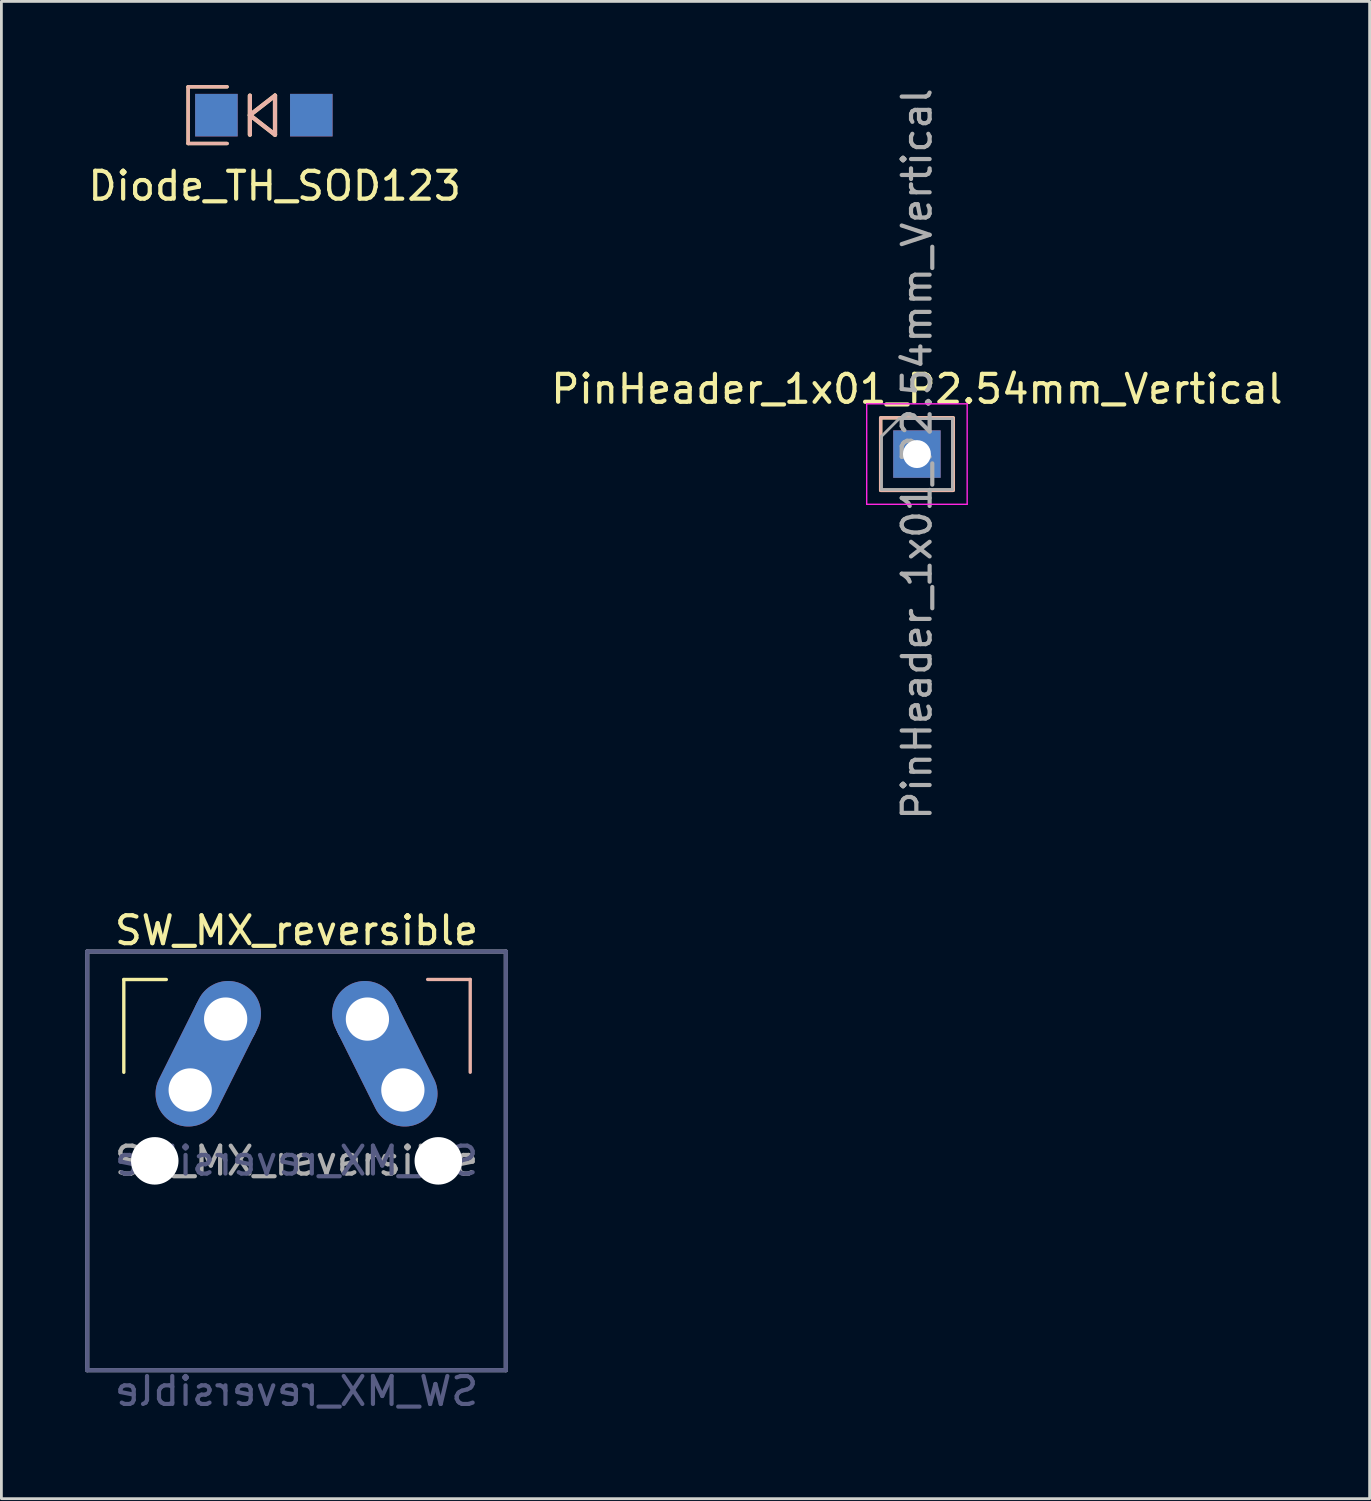
<source format=kicad_pcb>
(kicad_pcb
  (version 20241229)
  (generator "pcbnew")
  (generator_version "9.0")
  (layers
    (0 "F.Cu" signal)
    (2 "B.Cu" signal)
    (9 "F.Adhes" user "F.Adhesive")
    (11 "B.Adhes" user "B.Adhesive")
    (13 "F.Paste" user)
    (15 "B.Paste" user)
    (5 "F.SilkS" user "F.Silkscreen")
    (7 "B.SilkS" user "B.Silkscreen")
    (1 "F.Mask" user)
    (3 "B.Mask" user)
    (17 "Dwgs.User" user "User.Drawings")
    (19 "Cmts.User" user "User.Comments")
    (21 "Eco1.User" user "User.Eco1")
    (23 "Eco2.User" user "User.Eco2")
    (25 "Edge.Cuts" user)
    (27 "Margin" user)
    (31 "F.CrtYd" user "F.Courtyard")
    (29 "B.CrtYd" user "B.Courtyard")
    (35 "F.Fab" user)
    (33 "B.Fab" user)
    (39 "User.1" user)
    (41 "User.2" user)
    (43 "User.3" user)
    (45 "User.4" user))
  (footprint "SW_MX_reversible"
    (layer "F.Cu")
    (at 7.575 38.544)
    (property "Reference" "SW_MX_reversible" (at 0 -8.255 0) (layer "F.SilkS") (effects (font (size 1 1) (thickness 0.15))))
    (property "Value" "SW_MX_reversible" (at 0 8.255 0) (layer "F.Fab") (hide yes) (effects (font (size 1 1) (thickness 0.15))))
    (attr through_hole)
    (fp_line (start -6.189 -6.498) (end -6.189 -3.173) (stroke (width 0.12) (type solid)) (layer "F.SilkS"))
    (fp_line (start -6.189 -6.498) (end -4.665 -6.498) (stroke (width 0.12) (type solid)) (layer "F.SilkS"))
    (fp_line (start 6.223 -6.5) (end 4.698 -6.5) (stroke (width 0.12) (type solid)) (layer "B.SilkS"))
    (fp_line (start 6.223 -6.5) (end 6.223 -3.175) (stroke (width 0.12) (type solid)) (layer "B.SilkS"))
    (fp_line (start -6.9 6.9) (end -6.9 -6.9) (stroke (width 0.15) (type solid)) (layer "Eco2.User"))
    (fp_line (start -6.9 6.9) (end 6.9 6.9) (stroke (width 0.15) (type solid)) (layer "Eco2.User"))
    (fp_line (start 6.9 -6.9) (end -6.9 -6.9) (stroke (width 0.15) (type solid)) (layer "Eco2.User"))
    (fp_line (start 6.9 -6.9) (end 6.9 6.9) (stroke (width 0.15) (type solid)) (layer "Eco2.User"))
    (fp_line (start -7.5 -7.5) (end 7.5 -7.5) (stroke (width 0.15) (type solid)) (layer "B.Fab"))
    (fp_line (start -7.5 7.5) (end -7.5 -7.5) (stroke (width 0.15) (type solid)) (layer "B.Fab"))
    (fp_line (start 7.5 -7.5) (end 7.5 7.5) (stroke (width 0.15) (type solid)) (layer "B.Fab"))
    (fp_line (start 7.5 7.5) (end -7.5 7.5) (stroke (width 0.15) (type solid)) (layer "B.Fab"))
    (fp_line (start -7.5 -7.5) (end 7.5 -7.5) (stroke (width 0.15) (type solid)) (layer "F.Fab"))
    (fp_line (start -7.5 7.5) (end -7.5 -7.5) (stroke (width 0.15) (type solid)) (layer "F.Fab"))
    (fp_line (start 7.5 -7.5) (end 7.5 7.5) (stroke (width 0.15) (type solid)) (layer "F.Fab"))
    (fp_line (start 7.5 7.5) (end -7.5 7.5) (stroke (width 0.15) (type solid)) (layer "F.Fab"))
    (fp_text user "${VALUE}" (at 0 8.255 0) (layer "B.Fab") (effects (font (size 1 1) (thickness 0.15)) (justify mirror)))
    (fp_text user "${REFERENCE}" (at 0 0 0) (layer "B.Fab") (effects (font (size 1 1) (thickness 0.15)) (justify mirror)))
    (fp_text user "${REFERENCE}" (at 0 0 0) (layer "F.Fab") (effects (font (size 1 1) (thickness 0.15))))
    (pad "" np_thru_hole circle (at -5.08 0) (size 1.702 1.702) (drill 1.702) (layers "*.Cu" "*.Mask"))
    (pad "" np_thru_hole circle (at 5.08 0) (size 1.702 1.702) (drill 1.702) (layers "*.Cu" "*.Mask"))
    (pad "1" thru_hole oval (at -3.81 -2.54 333.5) (size 2.35 5.55) (drill 1.55 (offset 0 -1.45)) (layers "*.Cu" "*.Mask"))
    (pad "1" thru_hole circle (at -2.54 -5.08) (size 2.35 2.35) (drill 1.55) (layers "*.Cu" "*.Mask") (remove_unused_layers yes) (keep_end_layers yes) (zone_layer_connections))
    (pad "2" thru_hole circle (at 2.54 -5.08) (size 2.35 2.35) (drill 1.55) (layers "*.Cu" "*.Mask"))
    (pad "2" thru_hole oval (at 3.81 -2.54 26.5) (size 2.35 5.55) (drill 1.55 (offset 0 -1.45)) (layers "*.Cu" "*.Mask")))
  (footprint "PinHeader_1x01_P2.54mm_Vertical"
    (layer "F.Cu")
    (at 29.804 13.22)
    (property "Reference" "PinHeader_1x01_P2.54mm_Vertical" (at 0 -2.33 0) (layer "F.SilkS") (effects (font (size 1 1) (thickness 0.15))))
    (attr through_hole)
    (fp_rect (start -1.3 -1.3) (end 1.3 1.3) (stroke (width 0.12) (type solid)) (fill no) (layer "F.SilkS"))
    (fp_rect (start 1.3 -1.3) (end -1.3 1.3) (stroke (width 0.12) (type solid)) (fill no) (layer "B.SilkS"))
    (fp_line (start -1.8 -1.8) (end -1.8 1.8) (stroke (width 0.05) (type solid)) (layer "F.CrtYd"))
    (fp_line (start -1.8 1.8) (end 1.8 1.8) (stroke (width 0.05) (type solid)) (layer "F.CrtYd"))
    (fp_line (start 1.8 -1.8) (end -1.8 -1.8) (stroke (width 0.05) (type solid)) (layer "F.CrtYd"))
    (fp_line (start 1.8 1.8) (end 1.8 -1.8) (stroke (width 0.05) (type solid)) (layer "F.CrtYd"))
    (fp_line (start -1.27 -0.635) (end -0.635 -1.27) (stroke (width 0.1) (type solid)) (layer "F.Fab"))
    (fp_line (start -1.27 1.27) (end -1.27 -0.635) (stroke (width 0.1) (type solid)) (layer "F.Fab"))
    (fp_line (start -0.635 -1.27) (end 1.27 -1.27) (stroke (width 0.1) (type solid)) (layer "F.Fab"))
    (fp_line (start 1.27 -1.27) (end 1.27 1.27) (stroke (width 0.1) (type solid)) (layer "F.Fab"))
    (fp_line (start 1.27 1.27) (end -1.27 1.27) (stroke (width 0.1) (type solid)) (layer "F.Fab"))
    (fp_text user "${REFERENCE}" (at 0 0 90) (layer "F.Fab") (effects (font (size 1 1) (thickness 0.15))))
    (pad "1" thru_hole rect (at 0 0) (size 1.7 1.7) (drill 1) (layers "*.Cu" "*.Mask")))
  (footprint "Diode_TH_SOD123"
    (layer "F.Cu")
    (at 1.404 1.076)
    (property "Reference" "Diode_TH_SOD123" (at 5.387 2.537 0) (layer "F.SilkS") (effects (font (size 1 1) (thickness 0.15))))
    (attr through_hole)
    (fp_line (start 2.286 -1.016) (end 2.286 1.016) (stroke (width 0.12) (type solid)) (layer "F.SilkS"))
    (fp_line (start 2.286 1.016) (end 3.683 1.016) (stroke (width 0.12) (type solid)) (layer "F.SilkS"))
    (fp_line (start 3.683 -1.016) (end 2.286 -1.016) (stroke (width 0.12) (type solid)) (layer "F.SilkS"))
    (fp_line (start 4.5 -0.7) (end 4.5 0.7) (stroke (width 0.15) (type solid)) (layer "F.SilkS"))
    (fp_line (start 4.5 0) (end 5.4 -0.7) (stroke (width 0.15) (type solid)) (layer "F.SilkS"))
    (fp_line (start 5.4 -0.7) (end 5.4 0.7) (stroke (width 0.15) (type solid)) (layer "F.SilkS"))
    (fp_line (start 5.4 0.7) (end 4.5 0) (stroke (width 0.15) (type solid)) (layer "F.SilkS"))
    (fp_line (start 2.286 -1.016) (end 3.683 -1.016) (stroke (width 0.12) (type solid)) (layer "B.SilkS"))
    (fp_line (start 2.286 1.016) (end 2.286 -1.016) (stroke (width 0.12) (type solid)) (layer "B.SilkS"))
    (fp_line (start 3.683 1.016) (end 2.286 1.016) (stroke (width 0.12) (type solid)) (layer "B.SilkS"))
    (fp_line (start 4.5 -0.7) (end 4.5 0.7) (stroke (width 0.15) (type solid)) (layer "B.SilkS"))
    (fp_line (start 4.5 0) (end 5.4 -0.7) (stroke (width 0.15) (type solid)) (layer "B.SilkS"))
    (fp_line (start 5.4 -0.7) (end 5.4 0.7) (stroke (width 0.15) (type solid)) (layer "B.SilkS"))
    (fp_line (start 5.4 0.7) (end 4.5 0) (stroke (width 0.15) (type solid)) (layer "B.SilkS"))
    (pad "1" smd rect (at 3.3 0) (size 1.524 1.524) (layers "F.Cu" "F.Mask" "F.Paste"))
    (pad "1" smd rect (at 3.3 0) (size 1.524 1.524) (layers "B.Cu" "B.Mask" "B.Paste"))
    (pad "2" smd rect (at 6.7 0) (size 1.524 1.524) (layers "F.Cu" "F.Mask" "F.Paste"))
    (pad "2" smd rect (at 6.7 0) (size 1.524 1.524) (layers "B.Cu" "B.Mask" "B.Paste")))
  (gr_rect
    (start -3 -3)
    (end 46.024 50.647)
    (stroke (width 0.1) (type default))
    (fill no)
    (layer "Edge.Cuts")))
</source>
